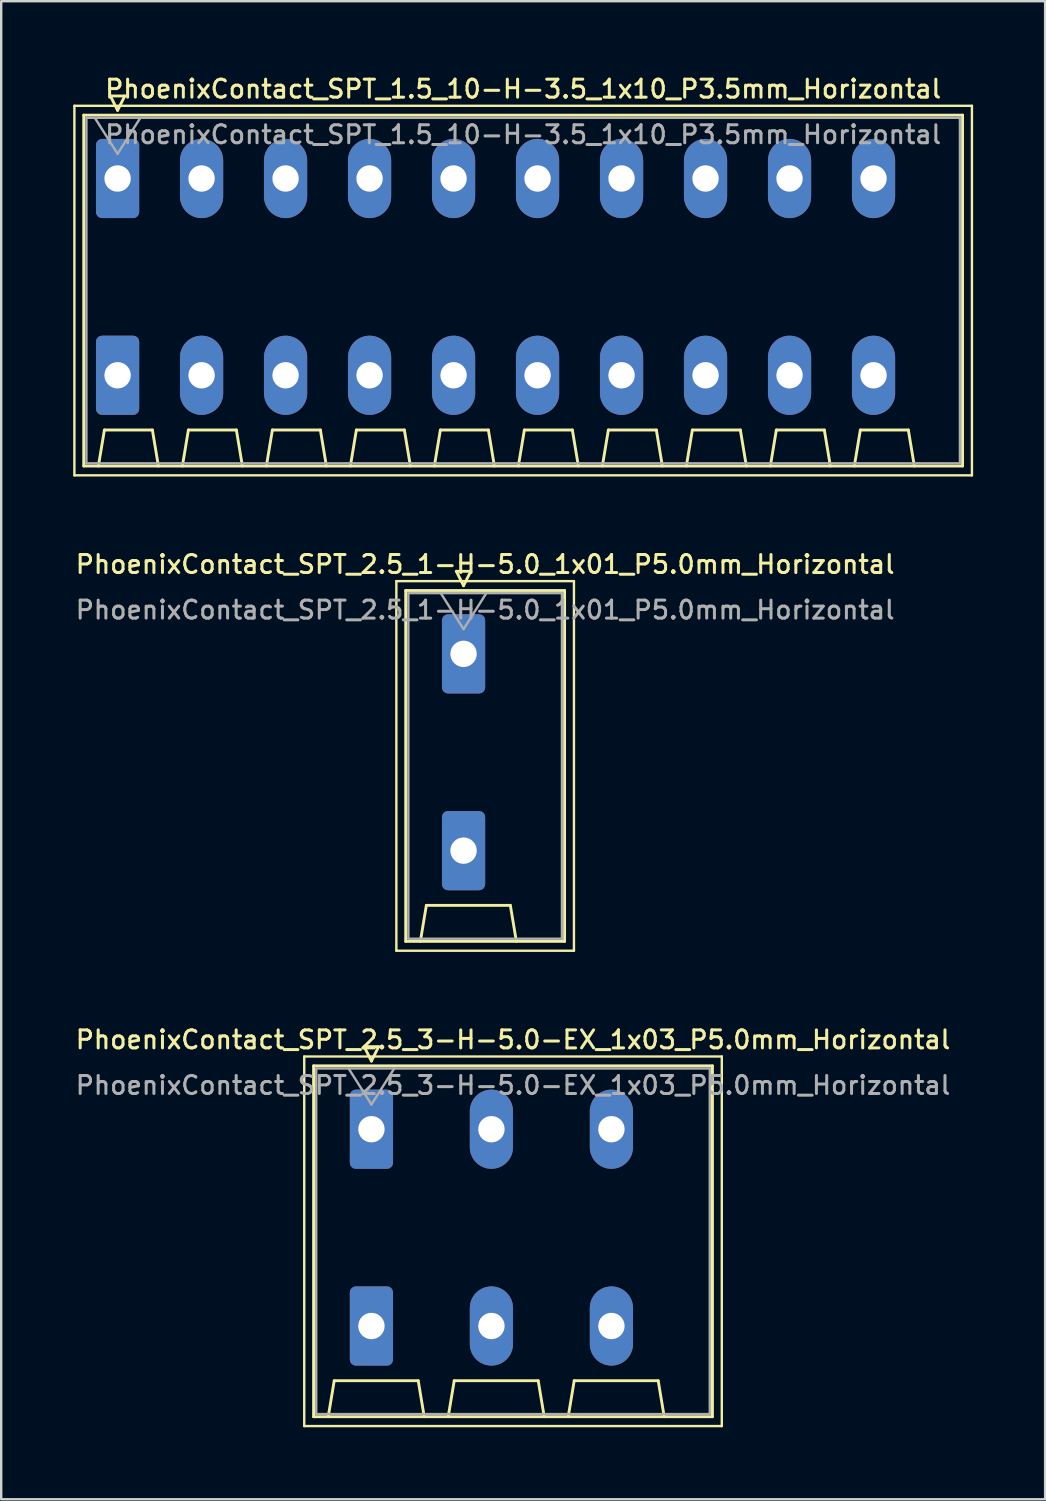
<source format=kicad_pcb>
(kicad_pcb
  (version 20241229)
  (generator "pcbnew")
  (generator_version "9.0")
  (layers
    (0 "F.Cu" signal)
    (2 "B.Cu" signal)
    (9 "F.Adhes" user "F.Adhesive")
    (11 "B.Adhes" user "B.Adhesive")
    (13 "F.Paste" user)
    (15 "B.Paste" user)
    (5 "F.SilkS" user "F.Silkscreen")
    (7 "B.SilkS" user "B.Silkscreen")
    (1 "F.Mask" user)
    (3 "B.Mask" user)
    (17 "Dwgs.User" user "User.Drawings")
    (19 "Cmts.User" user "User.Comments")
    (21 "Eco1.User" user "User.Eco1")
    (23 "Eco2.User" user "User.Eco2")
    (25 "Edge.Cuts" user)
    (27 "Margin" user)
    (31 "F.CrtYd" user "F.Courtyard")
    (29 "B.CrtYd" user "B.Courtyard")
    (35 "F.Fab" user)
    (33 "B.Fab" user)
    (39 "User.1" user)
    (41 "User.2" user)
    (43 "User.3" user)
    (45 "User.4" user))
  (footprint "PhoenixContact_SPT_2.5_3-H-5.0-EX_1x03_P5.0mm_Horizontal"
    (layer "F.Cu")
    (at 12.427 44.004)
    (property "Reference" "PhoenixContact_SPT_2.5_3-H-5.0-EX_1x03_P5.0mm_Horizontal" (at 5.9 -3.73 0) (layer "F.SilkS") (effects (font (size 0.75 0.75) (thickness 0.125))))
    (attr through_hole)
    (fp_line (start -2.8 -3.03) (end -2.8 12.37) (stroke (width 0.1) (type solid)) (layer "F.SilkS"))
    (fp_line (start -2.8 12.37) (end 14.6 12.37) (stroke (width 0.1) (type solid)) (layer "F.SilkS"))
    (fp_line (start -2.41 -2.64) (end 14.21 -2.64) (stroke (width 0.12) (type solid)) (layer "F.SilkS"))
    (fp_line (start -2.41 11.98) (end -2.41 -2.64) (stroke (width 0.12) (type solid)) (layer "F.SilkS"))
    (fp_line (start -1.8 11.98) (end -1.55 10.48) (stroke (width 0.12) (type solid)) (layer "F.SilkS"))
    (fp_line (start -1.55 10.48) (end 1.95 10.48) (stroke (width 0.12) (type solid)) (layer "F.SilkS"))
    (fp_line (start -0.3 -3.44) (end 0 -2.84) (stroke (width 0.12) (type solid)) (layer "F.SilkS"))
    (fp_line (start -0.3 -3.44) (end 0.3 -3.44) (stroke (width 0.12) (type solid)) (layer "F.SilkS"))
    (fp_line (start 0.3 -3.44) (end 0 -2.84) (stroke (width 0.12) (type solid)) (layer "F.SilkS"))
    (fp_line (start 2.2 11.98) (end 1.95 10.48) (stroke (width 0.12) (type solid)) (layer "F.SilkS"))
    (fp_line (start 3.2 11.98) (end 3.45 10.48) (stroke (width 0.12) (type solid)) (layer "F.SilkS"))
    (fp_line (start 3.45 10.48) (end 6.95 10.48) (stroke (width 0.12) (type solid)) (layer "F.SilkS"))
    (fp_line (start 7.2 11.98) (end 6.95 10.48) (stroke (width 0.12) (type solid)) (layer "F.SilkS"))
    (fp_line (start 8.2 11.98) (end 8.45 10.48) (stroke (width 0.12) (type solid)) (layer "F.SilkS"))
    (fp_line (start 8.45 10.48) (end 11.95 10.48) (stroke (width 0.12) (type solid)) (layer "F.SilkS"))
    (fp_line (start 12.2 11.98) (end 11.95 10.48) (stroke (width 0.12) (type solid)) (layer "F.SilkS"))
    (fp_line (start 14.21 -2.64) (end 14.21 11.98) (stroke (width 0.12) (type solid)) (layer "F.SilkS"))
    (fp_line (start 14.21 11.98) (end -2.41 11.98) (stroke (width 0.12) (type solid)) (layer "F.SilkS"))
    (fp_line (start 14.6 -3.03) (end -2.8 -3.03) (stroke (width 0.1) (type solid)) (layer "F.SilkS"))
    (fp_line (start 14.6 12.37) (end 14.6 -3.03) (stroke (width 0.1) (type solid)) (layer "F.SilkS"))
    (fp_line (start -2.3 -2.53) (end -2.3 11.87) (stroke (width 0.1) (type solid)) (layer "F.Fab"))
    (fp_line (start -2.3 11.87) (end 14.1 11.87) (stroke (width 0.1) (type solid)) (layer "F.Fab"))
    (fp_line (start -0.95 -2.53) (end 0 -1.03) (stroke (width 0.1) (type solid)) (layer "F.Fab"))
    (fp_line (start 0.95 -2.53) (end 0 -1.03) (stroke (width 0.1) (type solid)) (layer "F.Fab"))
    (fp_line (start 14.1 -2.53) (end -2.3 -2.53) (stroke (width 0.1) (type solid)) (layer "F.Fab"))
    (fp_line (start 14.1 11.87) (end 14.1 -2.53) (stroke (width 0.1) (type solid)) (layer "F.Fab"))
    (fp_text user "${REFERENCE}" (at 5.9 -1.83 0) (layer "F.Fab") (effects (font (size 0.75 0.75) (thickness 0.125))))
    (pad "1" thru_hole roundrect (at 0 0) (size 1.8 3.3) (drill 1.1) (layers "*.Cu" "*.Mask") (roundrect_rratio 0.139))
    (pad "1" thru_hole roundrect (at 0 8.2) (size 1.8 3.3) (drill 1.1) (layers "*.Cu" "*.Mask") (roundrect_rratio 0.139))
    (pad "2" thru_hole oval (at 5 0) (size 1.8 3.3) (drill 1.1) (layers "*.Cu" "*.Mask"))
    (pad "2" thru_hole oval (at 5 8.2) (size 1.8 3.3) (drill 1.1) (layers "*.Cu" "*.Mask"))
    (pad "3" thru_hole oval (at 10 0) (size 1.8 3.3) (drill 1.1) (layers "*.Cu" "*.Mask"))
    (pad "3" thru_hole oval (at 10 8.2) (size 1.8 3.3) (drill 1.1) (layers "*.Cu" "*.Mask")))
  (footprint "PhoenixContact_SPT_2.5_1-H-5.0_1x01_P5.0mm_Horizontal"
    (layer "F.Cu")
    (at 16.266 24.196)
    (property "Reference" "PhoenixContact_SPT_2.5_1-H-5.0_1x01_P5.0mm_Horizontal" (at 0.9 -3.73 0) (layer "F.SilkS") (effects (font (size 0.75 0.75) (thickness 0.125))))
    (attr through_hole)
    (fp_line (start -2.8 -3.03) (end -2.8 12.37) (stroke (width 0.1) (type solid)) (layer "F.SilkS"))
    (fp_line (start -2.8 12.37) (end 4.6 12.37) (stroke (width 0.1) (type solid)) (layer "F.SilkS"))
    (fp_line (start -2.41 -2.64) (end 4.21 -2.64) (stroke (width 0.12) (type solid)) (layer "F.SilkS"))
    (fp_line (start -2.41 11.98) (end -2.41 -2.64) (stroke (width 0.12) (type solid)) (layer "F.SilkS"))
    (fp_line (start -1.8 11.98) (end -1.55 10.48) (stroke (width 0.12) (type solid)) (layer "F.SilkS"))
    (fp_line (start -1.55 10.48) (end 1.95 10.48) (stroke (width 0.12) (type solid)) (layer "F.SilkS"))
    (fp_line (start -0.3 -3.44) (end 0 -2.84) (stroke (width 0.12) (type solid)) (layer "F.SilkS"))
    (fp_line (start -0.3 -3.44) (end 0.3 -3.44) (stroke (width 0.12) (type solid)) (layer "F.SilkS"))
    (fp_line (start 0.3 -3.44) (end 0 -2.84) (stroke (width 0.12) (type solid)) (layer "F.SilkS"))
    (fp_line (start 2.2 11.98) (end 1.95 10.48) (stroke (width 0.12) (type solid)) (layer "F.SilkS"))
    (fp_line (start 4.21 -2.64) (end 4.21 11.98) (stroke (width 0.12) (type solid)) (layer "F.SilkS"))
    (fp_line (start 4.21 11.98) (end -2.41 11.98) (stroke (width 0.12) (type solid)) (layer "F.SilkS"))
    (fp_line (start 4.6 -3.03) (end -2.8 -3.03) (stroke (width 0.1) (type solid)) (layer "F.SilkS"))
    (fp_line (start 4.6 12.37) (end 4.6 -3.03) (stroke (width 0.1) (type solid)) (layer "F.SilkS"))
    (fp_line (start -2.3 -2.53) (end -2.3 11.87) (stroke (width 0.1) (type solid)) (layer "F.Fab"))
    (fp_line (start -2.3 11.87) (end 4.1 11.87) (stroke (width 0.1) (type solid)) (layer "F.Fab"))
    (fp_line (start -0.95 -2.53) (end 0 -1.03) (stroke (width 0.1) (type solid)) (layer "F.Fab"))
    (fp_line (start 0.95 -2.53) (end 0 -1.03) (stroke (width 0.1) (type solid)) (layer "F.Fab"))
    (fp_line (start 4.1 -2.53) (end -2.3 -2.53) (stroke (width 0.1) (type solid)) (layer "F.Fab"))
    (fp_line (start 4.1 11.87) (end 4.1 -2.53) (stroke (width 0.1) (type solid)) (layer "F.Fab"))
    (fp_text user "${REFERENCE}" (at 0.9 -1.83 0) (layer "F.Fab") (effects (font (size 0.75 0.75) (thickness 0.125))))
    (pad "1" thru_hole roundrect (at 0 0) (size 1.8 3.3) (drill 1.1) (layers "*.Cu" "*.Mask") (roundrect_rratio 0.139))
    (pad "1" thru_hole roundrect (at 0 8.2) (size 1.8 3.3) (drill 1.1) (layers "*.Cu" "*.Mask") (roundrect_rratio 0.139)))
  (footprint "PhoenixContact_SPT_1.5_10-H-3.5_1x10_P3.5mm_Horizontal"
    (layer "F.Cu")
    (at 1.85 4.388)
    (property "Reference" "PhoenixContact_SPT_1.5_10-H-3.5_1x10_P3.5mm_Horizontal" (at 16.9 -3.73 0) (layer "F.SilkS") (effects (font (size 0.75 0.75) (thickness 0.125))))
    (attr through_hole)
    (fp_line (start -1.8 -3.03) (end -1.8 12.37) (stroke (width 0.1) (type solid)) (layer "F.SilkS"))
    (fp_line (start -1.8 12.37) (end 35.6 12.37) (stroke (width 0.1) (type solid)) (layer "F.SilkS"))
    (fp_line (start -1.41 -2.64) (end 35.21 -2.64) (stroke (width 0.12) (type solid)) (layer "F.SilkS"))
    (fp_line (start -1.41 11.98) (end -1.41 -2.64) (stroke (width 0.12) (type solid)) (layer "F.SilkS"))
    (fp_line (start -0.8 11.98) (end -0.55 10.48) (stroke (width 0.12) (type solid)) (layer "F.SilkS"))
    (fp_line (start -0.55 10.48) (end 1.45 10.48) (stroke (width 0.12) (type solid)) (layer "F.SilkS"))
    (fp_line (start -0.3 -3.44) (end 0 -2.84) (stroke (width 0.12) (type solid)) (layer "F.SilkS"))
    (fp_line (start -0.3 -3.44) (end 0.3 -3.44) (stroke (width 0.12) (type solid)) (layer "F.SilkS"))
    (fp_line (start 0.3 -3.44) (end 0 -2.84) (stroke (width 0.12) (type solid)) (layer "F.SilkS"))
    (fp_line (start 1.7 11.98) (end 1.45 10.48) (stroke (width 0.12) (type solid)) (layer "F.SilkS"))
    (fp_line (start 2.7 11.98) (end 2.95 10.48) (stroke (width 0.12) (type solid)) (layer "F.SilkS"))
    (fp_line (start 2.95 10.48) (end 4.95 10.48) (stroke (width 0.12) (type solid)) (layer "F.SilkS"))
    (fp_line (start 5.2 11.98) (end 4.95 10.48) (stroke (width 0.12) (type solid)) (layer "F.SilkS"))
    (fp_line (start 6.2 11.98) (end 6.45 10.48) (stroke (width 0.12) (type solid)) (layer "F.SilkS"))
    (fp_line (start 6.45 10.48) (end 8.45 10.48) (stroke (width 0.12) (type solid)) (layer "F.SilkS"))
    (fp_line (start 8.7 11.98) (end 8.45 10.48) (stroke (width 0.12) (type solid)) (layer "F.SilkS"))
    (fp_line (start 9.7 11.98) (end 9.95 10.48) (stroke (width 0.12) (type solid)) (layer "F.SilkS"))
    (fp_line (start 9.95 10.48) (end 11.95 10.48) (stroke (width 0.12) (type solid)) (layer "F.SilkS"))
    (fp_line (start 12.2 11.98) (end 11.95 10.48) (stroke (width 0.12) (type solid)) (layer "F.SilkS"))
    (fp_line (start 13.2 11.98) (end 13.45 10.48) (stroke (width 0.12) (type solid)) (layer "F.SilkS"))
    (fp_line (start 13.45 10.48) (end 15.45 10.48) (stroke (width 0.12) (type solid)) (layer "F.SilkS"))
    (fp_line (start 15.7 11.98) (end 15.45 10.48) (stroke (width 0.12) (type solid)) (layer "F.SilkS"))
    (fp_line (start 16.7 11.98) (end 16.95 10.48) (stroke (width 0.12) (type solid)) (layer "F.SilkS"))
    (fp_line (start 16.95 10.48) (end 18.95 10.48) (stroke (width 0.12) (type solid)) (layer "F.SilkS"))
    (fp_line (start 19.2 11.98) (end 18.95 10.48) (stroke (width 0.12) (type solid)) (layer "F.SilkS"))
    (fp_line (start 20.2 11.98) (end 20.45 10.48) (stroke (width 0.12) (type solid)) (layer "F.SilkS"))
    (fp_line (start 20.45 10.48) (end 22.45 10.48) (stroke (width 0.12) (type solid)) (layer "F.SilkS"))
    (fp_line (start 22.7 11.98) (end 22.45 10.48) (stroke (width 0.12) (type solid)) (layer "F.SilkS"))
    (fp_line (start 23.7 11.98) (end 23.95 10.48) (stroke (width 0.12) (type solid)) (layer "F.SilkS"))
    (fp_line (start 23.95 10.48) (end 25.95 10.48) (stroke (width 0.12) (type solid)) (layer "F.SilkS"))
    (fp_line (start 26.2 11.98) (end 25.95 10.48) (stroke (width 0.12) (type solid)) (layer "F.SilkS"))
    (fp_line (start 27.2 11.98) (end 27.45 10.48) (stroke (width 0.12) (type solid)) (layer "F.SilkS"))
    (fp_line (start 27.45 10.48) (end 29.45 10.48) (stroke (width 0.12) (type solid)) (layer "F.SilkS"))
    (fp_line (start 29.7 11.98) (end 29.45 10.48) (stroke (width 0.12) (type solid)) (layer "F.SilkS"))
    (fp_line (start 30.7 11.98) (end 30.95 10.48) (stroke (width 0.12) (type solid)) (layer "F.SilkS"))
    (fp_line (start 30.95 10.48) (end 32.95 10.48) (stroke (width 0.12) (type solid)) (layer "F.SilkS"))
    (fp_line (start 33.2 11.98) (end 32.95 10.48) (stroke (width 0.12) (type solid)) (layer "F.SilkS"))
    (fp_line (start 35.21 -2.64) (end 35.21 11.98) (stroke (width 0.12) (type solid)) (layer "F.SilkS"))
    (fp_line (start 35.21 11.98) (end -1.41 11.98) (stroke (width 0.12) (type solid)) (layer "F.SilkS"))
    (fp_line (start 35.6 -3.03) (end -1.8 -3.03) (stroke (width 0.1) (type solid)) (layer "F.SilkS"))
    (fp_line (start 35.6 12.37) (end 35.6 -3.03) (stroke (width 0.1) (type solid)) (layer "F.SilkS"))
    (fp_line (start -1.3 -2.53) (end -1.3 11.87) (stroke (width 0.1) (type solid)) (layer "F.Fab"))
    (fp_line (start -1.3 11.87) (end 35.1 11.87) (stroke (width 0.1) (type solid)) (layer "F.Fab"))
    (fp_line (start -0.95 -2.53) (end 0 -1.03) (stroke (width 0.1) (type solid)) (layer "F.Fab"))
    (fp_line (start 0.95 -2.53) (end 0 -1.03) (stroke (width 0.1) (type solid)) (layer "F.Fab"))
    (fp_line (start 35.1 -2.53) (end -1.3 -2.53) (stroke (width 0.1) (type solid)) (layer "F.Fab"))
    (fp_line (start 35.1 11.87) (end 35.1 -2.53) (stroke (width 0.1) (type solid)) (layer "F.Fab"))
    (fp_text user "${REFERENCE}" (at 16.9 -1.83 0) (layer "F.Fab") (effects (font (size 0.75 0.75) (thickness 0.125))))
    (pad "1" thru_hole roundrect (at 0 0) (size 1.8 3.3) (drill 1.1) (layers "*.Cu" "*.Mask") (roundrect_rratio 0.139))
    (pad "1" thru_hole roundrect (at 0 8.2) (size 1.8 3.3) (drill 1.1) (layers "*.Cu" "*.Mask") (roundrect_rratio 0.139))
    (pad "2" thru_hole oval (at 3.5 0) (size 1.8 3.3) (drill 1.1) (layers "*.Cu" "*.Mask"))
    (pad "2" thru_hole oval (at 3.5 8.2) (size 1.8 3.3) (drill 1.1) (layers "*.Cu" "*.Mask"))
    (pad "3" thru_hole oval (at 7 0) (size 1.8 3.3) (drill 1.1) (layers "*.Cu" "*.Mask"))
    (pad "3" thru_hole oval (at 7 8.2) (size 1.8 3.3) (drill 1.1) (layers "*.Cu" "*.Mask"))
    (pad "4" thru_hole oval (at 10.5 0) (size 1.8 3.3) (drill 1.1) (layers "*.Cu" "*.Mask"))
    (pad "4" thru_hole oval (at 10.5 8.2) (size 1.8 3.3) (drill 1.1) (layers "*.Cu" "*.Mask"))
    (pad "5" thru_hole oval (at 14 0) (size 1.8 3.3) (drill 1.1) (layers "*.Cu" "*.Mask"))
    (pad "5" thru_hole oval (at 14 8.2) (size 1.8 3.3) (drill 1.1) (layers "*.Cu" "*.Mask"))
    (pad "6" thru_hole oval (at 17.5 0) (size 1.8 3.3) (drill 1.1) (layers "*.Cu" "*.Mask"))
    (pad "6" thru_hole oval (at 17.5 8.2) (size 1.8 3.3) (drill 1.1) (layers "*.Cu" "*.Mask"))
    (pad "7" thru_hole oval (at 21 0) (size 1.8 3.3) (drill 1.1) (layers "*.Cu" "*.Mask"))
    (pad "7" thru_hole oval (at 21 8.2) (size 1.8 3.3) (drill 1.1) (layers "*.Cu" "*.Mask"))
    (pad "8" thru_hole oval (at 24.5 0) (size 1.8 3.3) (drill 1.1) (layers "*.Cu" "*.Mask"))
    (pad "8" thru_hole oval (at 24.5 8.2) (size 1.8 3.3) (drill 1.1) (layers "*.Cu" "*.Mask"))
    (pad "9" thru_hole oval (at 28 0) (size 1.8 3.3) (drill 1.1) (layers "*.Cu" "*.Mask"))
    (pad "9" thru_hole oval (at 28 8.2) (size 1.8 3.3) (drill 1.1) (layers "*.Cu" "*.Mask"))
    (pad "10" thru_hole oval (at 31.5 0) (size 1.8 3.3) (drill 1.1) (layers "*.Cu" "*.Mask"))
    (pad "10" thru_hole oval (at 31.5 8.2) (size 1.8 3.3) (drill 1.1) (layers "*.Cu" "*.Mask")))
  (gr_rect
    (start -3 -3)
    (end 40.5 59.424)
    (stroke (width 0.1) (type default))
    (fill no)
    (layer "Edge.Cuts")))
</source>
